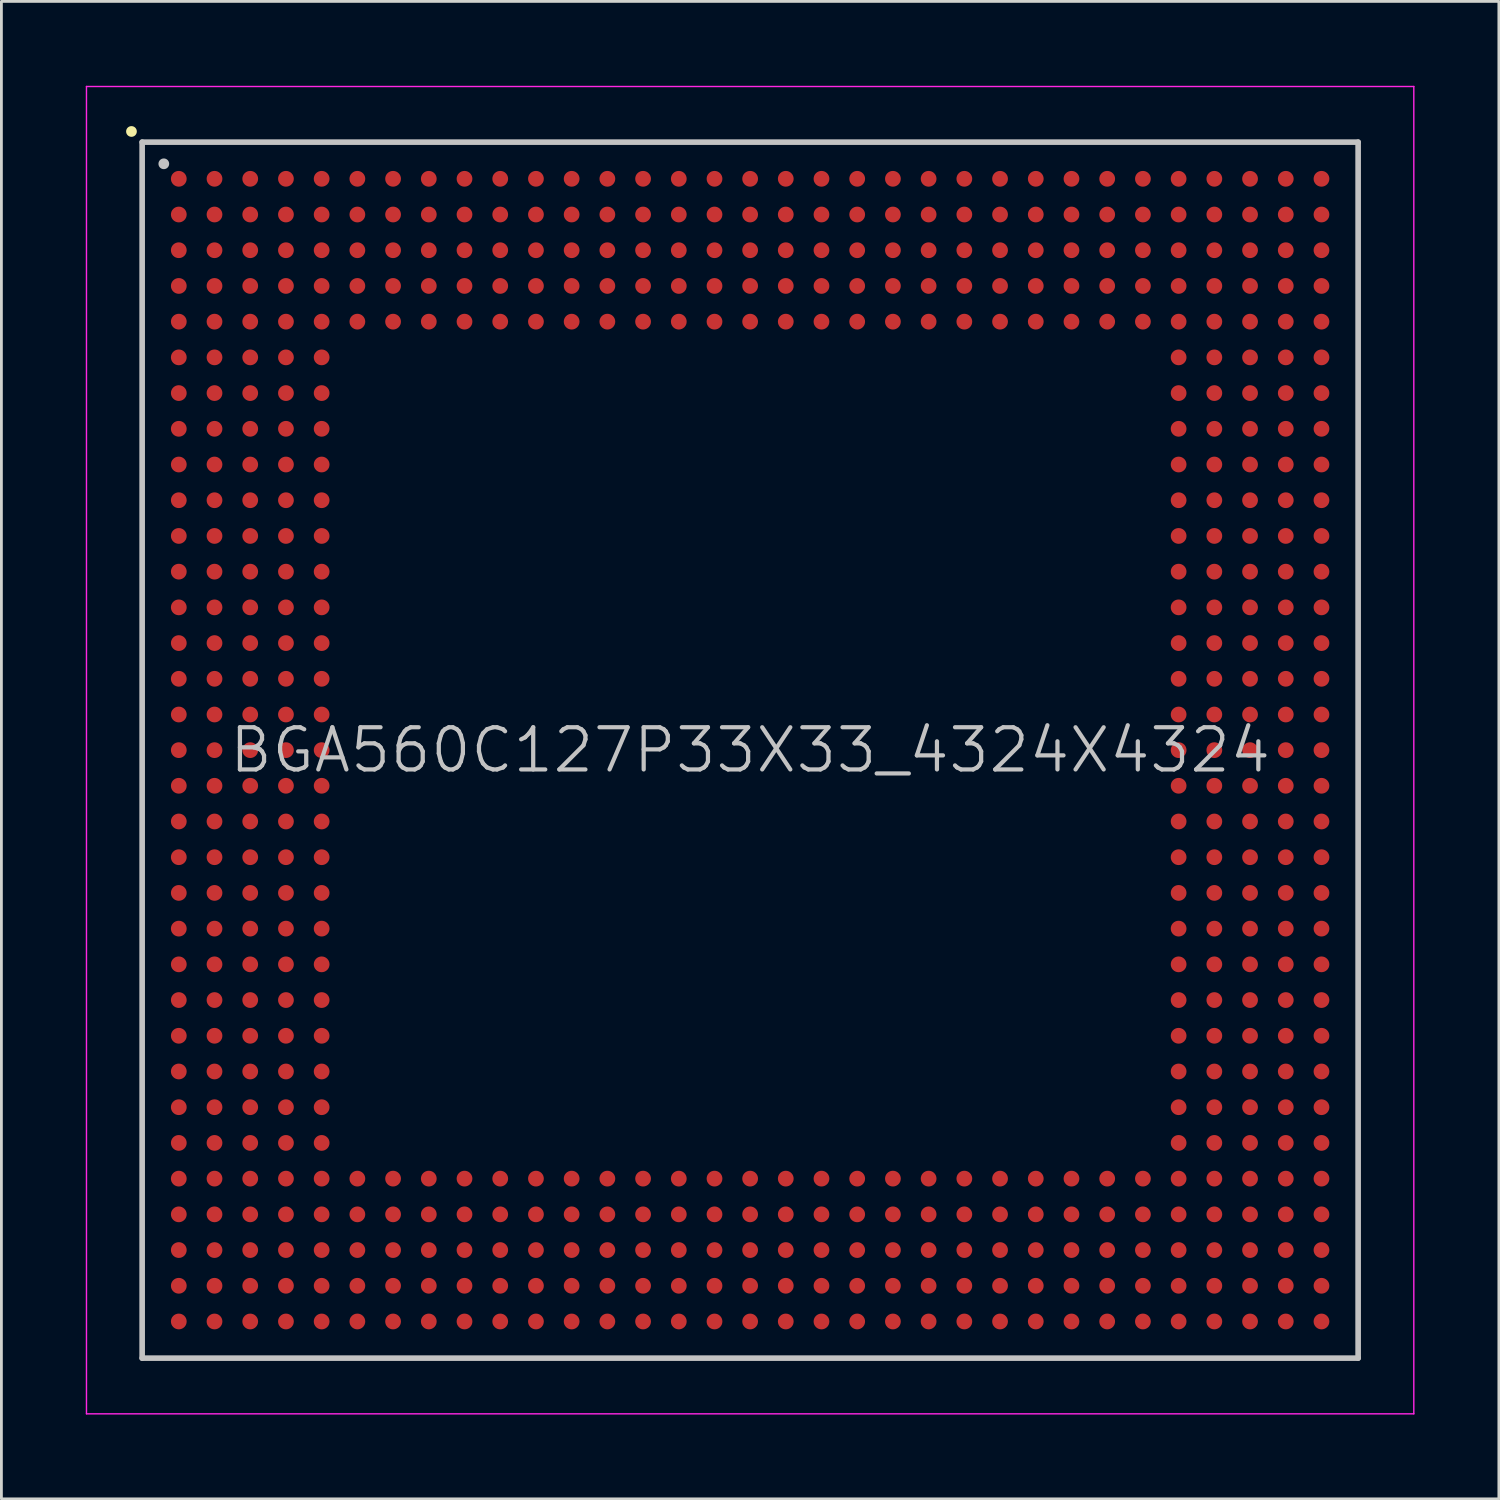
<source format=kicad_pcb>
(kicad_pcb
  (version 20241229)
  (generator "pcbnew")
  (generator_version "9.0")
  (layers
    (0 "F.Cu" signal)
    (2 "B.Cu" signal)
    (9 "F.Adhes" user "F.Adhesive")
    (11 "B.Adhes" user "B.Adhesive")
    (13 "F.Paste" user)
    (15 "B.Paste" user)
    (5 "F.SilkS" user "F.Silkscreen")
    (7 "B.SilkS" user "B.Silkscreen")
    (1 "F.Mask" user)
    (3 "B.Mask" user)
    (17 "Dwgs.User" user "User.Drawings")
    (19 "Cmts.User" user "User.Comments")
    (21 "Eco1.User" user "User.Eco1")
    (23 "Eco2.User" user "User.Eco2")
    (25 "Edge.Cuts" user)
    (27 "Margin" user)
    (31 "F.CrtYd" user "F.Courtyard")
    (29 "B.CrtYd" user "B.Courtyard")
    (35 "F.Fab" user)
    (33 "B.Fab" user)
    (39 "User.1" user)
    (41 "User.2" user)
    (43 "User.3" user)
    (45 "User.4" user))
  (footprint "BGA560C127P33X33_4324X4324"
    (layer "F.Cu")
    (at 23.625 23.625)
    (property "Reference" "BGA560C127P33X33_4324X4324" (at 0 0 0) (layer "Dwgs.User") (effects (font (size 1.5 1.5) (thickness 0.15))))
    (attr smd)
    (fp_line (start -22 -22) (end -22 -22) (stroke (width 0.381) (type solid)) (layer "F.SilkS"))
    (fp_line (start -21.62 -21.62) (end -21.62 21.62) (stroke (width 0.2) (type solid)) (layer "Dwgs.User"))
    (fp_line (start -21.62 -21.62) (end 21.62 -21.62) (stroke (width 0.2) (type solid)) (layer "Dwgs.User"))
    (fp_line (start -21.62 21.62) (end 21.62 21.62) (stroke (width 0.2) (type solid)) (layer "Dwgs.User"))
    (fp_line (start -20.85 -20.85) (end -20.85 -20.85) (stroke (width 0.381) (type solid)) (layer "Dwgs.User"))
    (fp_line (start 21.62 -21.62) (end 21.62 21.62) (stroke (width 0.2) (type solid)) (layer "Dwgs.User"))
    (fp_line (start -23.6 -23.6) (end -23.6 23.6) (stroke (width 0.05) (type solid)) (layer "F.CrtYd"))
    (fp_line (start -23.6 -23.6) (end 23.6 -23.6) (stroke (width 0.05) (type solid)) (layer "F.CrtYd"))
    (fp_line (start -23.6 23.6) (end 23.6 23.6) (stroke (width 0.05) (type solid)) (layer "F.CrtYd"))
    (fp_line (start 23.6 -23.6) (end 23.6 23.6) (stroke (width 0.05) (type solid)) (layer "F.CrtYd"))
    (pad "A1" smd circle (at -20.317 -20.317 270) (size 0.56 0.56) (layers "F.Cu" "F.Mask" "F.Paste"))
    (pad "A2" smd circle (at -19.047 -20.317 270) (size 0.56 0.56) (layers "F.Cu" "F.Mask" "F.Paste"))
    (pad "A3" smd circle (at -17.777 -20.317 270) (size 0.56 0.56) (layers "F.Cu" "F.Mask" "F.Paste"))
    (pad "A4" smd circle (at -16.507 -20.317 270) (size 0.56 0.56) (layers "F.Cu" "F.Mask" "F.Paste"))
    (pad "A5" smd circle (at -15.237 -20.317 270) (size 0.56 0.56) (layers "F.Cu" "F.Mask" "F.Paste"))
    (pad "A6" smd circle (at -13.967 -20.317 270) (size 0.56 0.56) (layers "F.Cu" "F.Mask" "F.Paste"))
    (pad "A7" smd circle (at -12.697 -20.317 270) (size 0.56 0.56) (layers "F.Cu" "F.Mask" "F.Paste"))
    (pad "A8" smd circle (at -11.427 -20.317 270) (size 0.56 0.56) (layers "F.Cu" "F.Mask" "F.Paste"))
    (pad "A9" smd circle (at -10.157 -20.317 270) (size 0.56 0.56) (layers "F.Cu" "F.Mask" "F.Paste"))
    (pad "A10" smd circle (at -8.887 -20.317 270) (size 0.56 0.56) (layers "F.Cu" "F.Mask" "F.Paste"))
    (pad "A11" smd circle (at -7.617 -20.317 270) (size 0.56 0.56) (layers "F.Cu" "F.Mask" "F.Paste"))
    (pad "A12" smd circle (at -6.347 -20.317 270) (size 0.56 0.56) (layers "F.Cu" "F.Mask" "F.Paste"))
    (pad "A13" smd circle (at -5.077 -20.317 270) (size 0.56 0.56) (layers "F.Cu" "F.Mask" "F.Paste"))
    (pad "A14" smd circle (at -3.807 -20.317 270) (size 0.56 0.56) (layers "F.Cu" "F.Mask" "F.Paste"))
    (pad "A15" smd circle (at -2.537 -20.317 270) (size 0.56 0.56) (layers "F.Cu" "F.Mask" "F.Paste"))
    (pad "A16" smd circle (at -1.267 -20.317 270) (size 0.56 0.56) (layers "F.Cu" "F.Mask" "F.Paste"))
    (pad "A17" smd circle (at 0 -20.317 270) (size 0.56 0.56) (layers "F.Cu" "F.Mask" "F.Paste"))
    (pad "A18" smd circle (at 1.267 -20.317 270) (size 0.56 0.56) (layers "F.Cu" "F.Mask" "F.Paste"))
    (pad "A19" smd circle (at 2.537 -20.317 270) (size 0.56 0.56) (layers "F.Cu" "F.Mask" "F.Paste"))
    (pad "A20" smd circle (at 3.807 -20.317 270) (size 0.56 0.56) (layers "F.Cu" "F.Mask" "F.Paste"))
    (pad "A21" smd circle (at 5.077 -20.317 270) (size 0.56 0.56) (layers "F.Cu" "F.Mask" "F.Paste"))
    (pad "A22" smd circle (at 6.347 -20.317 270) (size 0.56 0.56) (layers "F.Cu" "F.Mask" "F.Paste"))
    (pad "A23" smd circle (at 7.617 -20.317 270) (size 0.56 0.56) (layers "F.Cu" "F.Mask" "F.Paste"))
    (pad "A24" smd circle (at 8.887 -20.317 270) (size 0.56 0.56) (layers "F.Cu" "F.Mask" "F.Paste"))
    (pad "A25" smd circle (at 10.157 -20.317 270) (size 0.56 0.56) (layers "F.Cu" "F.Mask" "F.Paste"))
    (pad "A26" smd circle (at 11.427 -20.317 270) (size 0.56 0.56) (layers "F.Cu" "F.Mask" "F.Paste"))
    (pad "A27" smd circle (at 12.697 -20.317 270) (size 0.56 0.56) (layers "F.Cu" "F.Mask" "F.Paste"))
    (pad "A28" smd circle (at 13.967 -20.317 270) (size 0.56 0.56) (layers "F.Cu" "F.Mask" "F.Paste"))
    (pad "A29" smd circle (at 15.237 -20.317 270) (size 0.56 0.56) (layers "F.Cu" "F.Mask" "F.Paste"))
    (pad "A30" smd circle (at 16.507 -20.317 270) (size 0.56 0.56) (layers "F.Cu" "F.Mask" "F.Paste"))
    (pad "A31" smd circle (at 17.777 -20.317 270) (size 0.56 0.56) (layers "F.Cu" "F.Mask" "F.Paste"))
    (pad "A32" smd circle (at 19.047 -20.317 270) (size 0.56 0.56) (layers "F.Cu" "F.Mask" "F.Paste"))
    (pad "A33" smd circle (at 20.317 -20.317 270) (size 0.56 0.56) (layers "F.Cu" "F.Mask" "F.Paste"))
    (pad "AA1" smd circle (at -20.317 5.077 270) (size 0.56 0.56) (layers "F.Cu" "F.Mask" "F.Paste"))
    (pad "AA2" smd circle (at -19.047 5.077 270) (size 0.56 0.56) (layers "F.Cu" "F.Mask" "F.Paste"))
    (pad "AA3" smd circle (at -17.777 5.077 270) (size 0.56 0.56) (layers "F.Cu" "F.Mask" "F.Paste"))
    (pad "AA4" smd circle (at -16.507 5.077 270) (size 0.56 0.56) (layers "F.Cu" "F.Mask" "F.Paste"))
    (pad "AA5" smd circle (at -15.237 5.077 270) (size 0.56 0.56) (layers "F.Cu" "F.Mask" "F.Paste"))
    (pad "AA29" smd circle (at 15.237 5.077 270) (size 0.56 0.56) (layers "F.Cu" "F.Mask" "F.Paste"))
    (pad "AA30" smd circle (at 16.507 5.077 270) (size 0.56 0.56) (layers "F.Cu" "F.Mask" "F.Paste"))
    (pad "AA31" smd circle (at 17.777 5.077 270) (size 0.56 0.56) (layers "F.Cu" "F.Mask" "F.Paste"))
    (pad "AA32" smd circle (at 19.047 5.077 270) (size 0.56 0.56) (layers "F.Cu" "F.Mask" "F.Paste"))
    (pad "AA33" smd circle (at 20.317 5.077 270) (size 0.56 0.56) (layers "F.Cu" "F.Mask" "F.Paste"))
    (pad "AB1" smd circle (at -20.317 6.347 270) (size 0.56 0.56) (layers "F.Cu" "F.Mask" "F.Paste"))
    (pad "AB2" smd circle (at -19.047 6.347 270) (size 0.56 0.56) (layers "F.Cu" "F.Mask" "F.Paste"))
    (pad "AB3" smd circle (at -17.777 6.347 270) (size 0.56 0.56) (layers "F.Cu" "F.Mask" "F.Paste"))
    (pad "AB4" smd circle (at -16.507 6.347 270) (size 0.56 0.56) (layers "F.Cu" "F.Mask" "F.Paste"))
    (pad "AB5" smd circle (at -15.237 6.347 270) (size 0.56 0.56) (layers "F.Cu" "F.Mask" "F.Paste"))
    (pad "AB29" smd circle (at 15.237 6.347 270) (size 0.56 0.56) (layers "F.Cu" "F.Mask" "F.Paste"))
    (pad "AB30" smd circle (at 16.507 6.347 270) (size 0.56 0.56) (layers "F.Cu" "F.Mask" "F.Paste"))
    (pad "AB31" smd circle (at 17.777 6.347 270) (size 0.56 0.56) (layers "F.Cu" "F.Mask" "F.Paste"))
    (pad "AB32" smd circle (at 19.047 6.347 270) (size 0.56 0.56) (layers "F.Cu" "F.Mask" "F.Paste"))
    (pad "AB33" smd circle (at 20.317 6.347 270) (size 0.56 0.56) (layers "F.Cu" "F.Mask" "F.Paste"))
    (pad "AC1" smd circle (at -20.317 7.617 270) (size 0.56 0.56) (layers "F.Cu" "F.Mask" "F.Paste"))
    (pad "AC2" smd circle (at -19.047 7.617 270) (size 0.56 0.56) (layers "F.Cu" "F.Mask" "F.Paste"))
    (pad "AC3" smd circle (at -17.777 7.617 270) (size 0.56 0.56) (layers "F.Cu" "F.Mask" "F.Paste"))
    (pad "AC4" smd circle (at -16.507 7.617 270) (size 0.56 0.56) (layers "F.Cu" "F.Mask" "F.Paste"))
    (pad "AC5" smd circle (at -15.237 7.617 270) (size 0.56 0.56) (layers "F.Cu" "F.Mask" "F.Paste"))
    (pad "AC29" smd circle (at 15.237 7.617 270) (size 0.56 0.56) (layers "F.Cu" "F.Mask" "F.Paste"))
    (pad "AC30" smd circle (at 16.507 7.617 270) (size 0.56 0.56) (layers "F.Cu" "F.Mask" "F.Paste"))
    (pad "AC31" smd circle (at 17.777 7.617 270) (size 0.56 0.56) (layers "F.Cu" "F.Mask" "F.Paste"))
    (pad "AC32" smd circle (at 19.047 7.617 270) (size 0.56 0.56) (layers "F.Cu" "F.Mask" "F.Paste"))
    (pad "AC33" smd circle (at 20.317 7.617 270) (size 0.56 0.56) (layers "F.Cu" "F.Mask" "F.Paste"))
    (pad "AD1" smd circle (at -20.317 8.887 270) (size 0.56 0.56) (layers "F.Cu" "F.Mask" "F.Paste"))
    (pad "AD2" smd circle (at -19.047 8.887 270) (size 0.56 0.56) (layers "F.Cu" "F.Mask" "F.Paste"))
    (pad "AD3" smd circle (at -17.777 8.887 270) (size 0.56 0.56) (layers "F.Cu" "F.Mask" "F.Paste"))
    (pad "AD4" smd circle (at -16.507 8.887 270) (size 0.56 0.56) (layers "F.Cu" "F.Mask" "F.Paste"))
    (pad "AD5" smd circle (at -15.237 8.887 270) (size 0.56 0.56) (layers "F.Cu" "F.Mask" "F.Paste"))
    (pad "AD29" smd circle (at 15.237 8.887 270) (size 0.56 0.56) (layers "F.Cu" "F.Mask" "F.Paste"))
    (pad "AD30" smd circle (at 16.507 8.887 270) (size 0.56 0.56) (layers "F.Cu" "F.Mask" "F.Paste"))
    (pad "AD31" smd circle (at 17.777 8.887 270) (size 0.56 0.56) (layers "F.Cu" "F.Mask" "F.Paste"))
    (pad "AD32" smd circle (at 19.047 8.887 270) (size 0.56 0.56) (layers "F.Cu" "F.Mask" "F.Paste"))
    (pad "AD33" smd circle (at 20.317 8.887 270) (size 0.56 0.56) (layers "F.Cu" "F.Mask" "F.Paste"))
    (pad "AE1" smd circle (at -20.317 10.157 270) (size 0.56 0.56) (layers "F.Cu" "F.Mask" "F.Paste"))
    (pad "AE2" smd circle (at -19.047 10.157 270) (size 0.56 0.56) (layers "F.Cu" "F.Mask" "F.Paste"))
    (pad "AE3" smd circle (at -17.777 10.157 270) (size 0.56 0.56) (layers "F.Cu" "F.Mask" "F.Paste"))
    (pad "AE4" smd circle (at -16.507 10.157 270) (size 0.56 0.56) (layers "F.Cu" "F.Mask" "F.Paste"))
    (pad "AE5" smd circle (at -15.237 10.157 270) (size 0.56 0.56) (layers "F.Cu" "F.Mask" "F.Paste"))
    (pad "AE29" smd circle (at 15.237 10.157 270) (size 0.56 0.56) (layers "F.Cu" "F.Mask" "F.Paste"))
    (pad "AE30" smd circle (at 16.507 10.157 270) (size 0.56 0.56) (layers "F.Cu" "F.Mask" "F.Paste"))
    (pad "AE31" smd circle (at 17.777 10.157 270) (size 0.56 0.56) (layers "F.Cu" "F.Mask" "F.Paste"))
    (pad "AE32" smd circle (at 19.047 10.157 270) (size 0.56 0.56) (layers "F.Cu" "F.Mask" "F.Paste"))
    (pad "AE33" smd circle (at 20.317 10.157 270) (size 0.56 0.56) (layers "F.Cu" "F.Mask" "F.Paste"))
    (pad "AF1" smd circle (at -20.317 11.427 270) (size 0.56 0.56) (layers "F.Cu" "F.Mask" "F.Paste"))
    (pad "AF2" smd circle (at -19.047 11.427 270) (size 0.56 0.56) (layers "F.Cu" "F.Mask" "F.Paste"))
    (pad "AF3" smd circle (at -17.777 11.427 270) (size 0.56 0.56) (layers "F.Cu" "F.Mask" "F.Paste"))
    (pad "AF4" smd circle (at -16.507 11.427 270) (size 0.56 0.56) (layers "F.Cu" "F.Mask" "F.Paste"))
    (pad "AF5" smd circle (at -15.237 11.427 270) (size 0.56 0.56) (layers "F.Cu" "F.Mask" "F.Paste"))
    (pad "AF29" smd circle (at 15.237 11.427 270) (size 0.56 0.56) (layers "F.Cu" "F.Mask" "F.Paste"))
    (pad "AF30" smd circle (at 16.507 11.427 270) (size 0.56 0.56) (layers "F.Cu" "F.Mask" "F.Paste"))
    (pad "AF31" smd circle (at 17.777 11.427 270) (size 0.56 0.56) (layers "F.Cu" "F.Mask" "F.Paste"))
    (pad "AF32" smd circle (at 19.047 11.427 270) (size 0.56 0.56) (layers "F.Cu" "F.Mask" "F.Paste"))
    (pad "AF33" smd circle (at 20.317 11.427 270) (size 0.56 0.56) (layers "F.Cu" "F.Mask" "F.Paste"))
    (pad "AG1" smd circle (at -20.317 12.697 270) (size 0.56 0.56) (layers "F.Cu" "F.Mask" "F.Paste"))
    (pad "AG2" smd circle (at -19.047 12.697 270) (size 0.56 0.56) (layers "F.Cu" "F.Mask" "F.Paste"))
    (pad "AG3" smd circle (at -17.777 12.697 270) (size 0.56 0.56) (layers "F.Cu" "F.Mask" "F.Paste"))
    (pad "AG4" smd circle (at -16.507 12.697 270) (size 0.56 0.56) (layers "F.Cu" "F.Mask" "F.Paste"))
    (pad "AG5" smd circle (at -15.237 12.697 270) (size 0.56 0.56) (layers "F.Cu" "F.Mask" "F.Paste"))
    (pad "AG29" smd circle (at 15.237 12.697 270) (size 0.56 0.56) (layers "F.Cu" "F.Mask" "F.Paste"))
    (pad "AG30" smd circle (at 16.507 12.697 270) (size 0.56 0.56) (layers "F.Cu" "F.Mask" "F.Paste"))
    (pad "AG31" smd circle (at 17.777 12.697 270) (size 0.56 0.56) (layers "F.Cu" "F.Mask" "F.Paste"))
    (pad "AG32" smd circle (at 19.047 12.697 270) (size 0.56 0.56) (layers "F.Cu" "F.Mask" "F.Paste"))
    (pad "AG33" smd circle (at 20.317 12.697 270) (size 0.56 0.56) (layers "F.Cu" "F.Mask" "F.Paste"))
    (pad "AH1" smd circle (at -20.317 13.967 270) (size 0.56 0.56) (layers "F.Cu" "F.Mask" "F.Paste"))
    (pad "AH2" smd circle (at -19.047 13.967 270) (size 0.56 0.56) (layers "F.Cu" "F.Mask" "F.Paste"))
    (pad "AH3" smd circle (at -17.777 13.967 270) (size 0.56 0.56) (layers "F.Cu" "F.Mask" "F.Paste"))
    (pad "AH4" smd circle (at -16.507 13.967 270) (size 0.56 0.56) (layers "F.Cu" "F.Mask" "F.Paste"))
    (pad "AH5" smd circle (at -15.237 13.967 270) (size 0.56 0.56) (layers "F.Cu" "F.Mask" "F.Paste"))
    (pad "AH29" smd circle (at 15.237 13.967 270) (size 0.56 0.56) (layers "F.Cu" "F.Mask" "F.Paste"))
    (pad "AH30" smd circle (at 16.507 13.967 270) (size 0.56 0.56) (layers "F.Cu" "F.Mask" "F.Paste"))
    (pad "AH31" smd circle (at 17.777 13.967 270) (size 0.56 0.56) (layers "F.Cu" "F.Mask" "F.Paste"))
    (pad "AH32" smd circle (at 19.047 13.967 270) (size 0.56 0.56) (layers "F.Cu" "F.Mask" "F.Paste"))
    (pad "AH33" smd circle (at 20.317 13.967 270) (size 0.56 0.56) (layers "F.Cu" "F.Mask" "F.Paste"))
    (pad "AJ1" smd circle (at -20.317 15.237 270) (size 0.56 0.56) (layers "F.Cu" "F.Mask" "F.Paste"))
    (pad "AJ2" smd circle (at -19.047 15.237 270) (size 0.56 0.56) (layers "F.Cu" "F.Mask" "F.Paste"))
    (pad "AJ3" smd circle (at -17.777 15.237 270) (size 0.56 0.56) (layers "F.Cu" "F.Mask" "F.Paste"))
    (pad "AJ4" smd circle (at -16.507 15.237 270) (size 0.56 0.56) (layers "F.Cu" "F.Mask" "F.Paste"))
    (pad "AJ5" smd circle (at -15.237 15.237 270) (size 0.56 0.56) (layers "F.Cu" "F.Mask" "F.Paste"))
    (pad "AJ6" smd circle (at -13.967 15.237 270) (size 0.56 0.56) (layers "F.Cu" "F.Mask" "F.Paste"))
    (pad "AJ7" smd circle (at -12.697 15.237 270) (size 0.56 0.56) (layers "F.Cu" "F.Mask" "F.Paste"))
    (pad "AJ8" smd circle (at -11.427 15.237 270) (size 0.56 0.56) (layers "F.Cu" "F.Mask" "F.Paste"))
    (pad "AJ9" smd circle (at -10.157 15.237 270) (size 0.56 0.56) (layers "F.Cu" "F.Mask" "F.Paste"))
    (pad "AJ10" smd circle (at -8.887 15.237 270) (size 0.56 0.56) (layers "F.Cu" "F.Mask" "F.Paste"))
    (pad "AJ11" smd circle (at -7.617 15.237 270) (size 0.56 0.56) (layers "F.Cu" "F.Mask" "F.Paste"))
    (pad "AJ12" smd circle (at -6.347 15.237 270) (size 0.56 0.56) (layers "F.Cu" "F.Mask" "F.Paste"))
    (pad "AJ13" smd circle (at -5.077 15.237 270) (size 0.56 0.56) (layers "F.Cu" "F.Mask" "F.Paste"))
    (pad "AJ14" smd circle (at -3.807 15.237 270) (size 0.56 0.56) (layers "F.Cu" "F.Mask" "F.Paste"))
    (pad "AJ15" smd circle (at -2.537 15.237 270) (size 0.56 0.56) (layers "F.Cu" "F.Mask" "F.Paste"))
    (pad "AJ16" smd circle (at -1.267 15.237 270) (size 0.56 0.56) (layers "F.Cu" "F.Mask" "F.Paste"))
    (pad "AJ17" smd circle (at 0 15.237 270) (size 0.56 0.56) (layers "F.Cu" "F.Mask" "F.Paste"))
    (pad "AJ18" smd circle (at 1.267 15.237 270) (size 0.56 0.56) (layers "F.Cu" "F.Mask" "F.Paste"))
    (pad "AJ19" smd circle (at 2.537 15.237 270) (size 0.56 0.56) (layers "F.Cu" "F.Mask" "F.Paste"))
    (pad "AJ20" smd circle (at 3.807 15.237 270) (size 0.56 0.56) (layers "F.Cu" "F.Mask" "F.Paste"))
    (pad "AJ21" smd circle (at 5.077 15.237 270) (size 0.56 0.56) (layers "F.Cu" "F.Mask" "F.Paste"))
    (pad "AJ22" smd circle (at 6.347 15.237 270) (size 0.56 0.56) (layers "F.Cu" "F.Mask" "F.Paste"))
    (pad "AJ23" smd circle (at 7.617 15.237 270) (size 0.56 0.56) (layers "F.Cu" "F.Mask" "F.Paste"))
    (pad "AJ24" smd circle (at 8.887 15.237 270) (size 0.56 0.56) (layers "F.Cu" "F.Mask" "F.Paste"))
    (pad "AJ25" smd circle (at 10.157 15.237 270) (size 0.56 0.56) (layers "F.Cu" "F.Mask" "F.Paste"))
    (pad "AJ26" smd circle (at 11.427 15.237 270) (size 0.56 0.56) (layers "F.Cu" "F.Mask" "F.Paste"))
    (pad "AJ27" smd circle (at 12.697 15.237 270) (size 0.56 0.56) (layers "F.Cu" "F.Mask" "F.Paste"))
    (pad "AJ28" smd circle (at 13.967 15.237 270) (size 0.56 0.56) (layers "F.Cu" "F.Mask" "F.Paste"))
    (pad "AJ29" smd circle (at 15.237 15.237 270) (size 0.56 0.56) (layers "F.Cu" "F.Mask" "F.Paste"))
    (pad "AJ30" smd circle (at 16.507 15.237 270) (size 0.56 0.56) (layers "F.Cu" "F.Mask" "F.Paste"))
    (pad "AJ31" smd circle (at 17.777 15.237 270) (size 0.56 0.56) (layers "F.Cu" "F.Mask" "F.Paste"))
    (pad "AJ32" smd circle (at 19.047 15.237 270) (size 0.56 0.56) (layers "F.Cu" "F.Mask" "F.Paste"))
    (pad "AJ33" smd circle (at 20.317 15.237 270) (size 0.56 0.56) (layers "F.Cu" "F.Mask" "F.Paste"))
    (pad "AK1" smd circle (at -20.317 16.507 270) (size 0.56 0.56) (layers "F.Cu" "F.Mask" "F.Paste"))
    (pad "AK2" smd circle (at -19.047 16.507 270) (size 0.56 0.56) (layers "F.Cu" "F.Mask" "F.Paste"))
    (pad "AK3" smd circle (at -17.777 16.507 270) (size 0.56 0.56) (layers "F.Cu" "F.Mask" "F.Paste"))
    (pad "AK4" smd circle (at -16.507 16.507 270) (size 0.56 0.56) (layers "F.Cu" "F.Mask" "F.Paste"))
    (pad "AK5" smd circle (at -15.237 16.507 270) (size 0.56 0.56) (layers "F.Cu" "F.Mask" "F.Paste"))
    (pad "AK6" smd circle (at -13.967 16.507 270) (size 0.56 0.56) (layers "F.Cu" "F.Mask" "F.Paste"))
    (pad "AK7" smd circle (at -12.697 16.507 270) (size 0.56 0.56) (layers "F.Cu" "F.Mask" "F.Paste"))
    (pad "AK8" smd circle (at -11.427 16.507 270) (size 0.56 0.56) (layers "F.Cu" "F.Mask" "F.Paste"))
    (pad "AK9" smd circle (at -10.157 16.507 270) (size 0.56 0.56) (layers "F.Cu" "F.Mask" "F.Paste"))
    (pad "AK10" smd circle (at -8.887 16.507 270) (size 0.56 0.56) (layers "F.Cu" "F.Mask" "F.Paste"))
    (pad "AK11" smd circle (at -7.617 16.507 270) (size 0.56 0.56) (layers "F.Cu" "F.Mask" "F.Paste"))
    (pad "AK12" smd circle (at -6.347 16.507 270) (size 0.56 0.56) (layers "F.Cu" "F.Mask" "F.Paste"))
    (pad "AK13" smd circle (at -5.077 16.507 270) (size 0.56 0.56) (layers "F.Cu" "F.Mask" "F.Paste"))
    (pad "AK14" smd circle (at -3.807 16.507 270) (size 0.56 0.56) (layers "F.Cu" "F.Mask" "F.Paste"))
    (pad "AK15" smd circle (at -2.537 16.507 270) (size 0.56 0.56) (layers "F.Cu" "F.Mask" "F.Paste"))
    (pad "AK16" smd circle (at -1.267 16.507 270) (size 0.56 0.56) (layers "F.Cu" "F.Mask" "F.Paste"))
    (pad "AK17" smd circle (at 0 16.507 270) (size 0.56 0.56) (layers "F.Cu" "F.Mask" "F.Paste"))
    (pad "AK18" smd circle (at 1.267 16.507 270) (size 0.56 0.56) (layers "F.Cu" "F.Mask" "F.Paste"))
    (pad "AK19" smd circle (at 2.537 16.507 270) (size 0.56 0.56) (layers "F.Cu" "F.Mask" "F.Paste"))
    (pad "AK20" smd circle (at 3.807 16.507 270) (size 0.56 0.56) (layers "F.Cu" "F.Mask" "F.Paste"))
    (pad "AK21" smd circle (at 5.077 16.507 270) (size 0.56 0.56) (layers "F.Cu" "F.Mask" "F.Paste"))
    (pad "AK22" smd circle (at 6.347 16.507 270) (size 0.56 0.56) (layers "F.Cu" "F.Mask" "F.Paste"))
    (pad "AK23" smd circle (at 7.617 16.507 270) (size 0.56 0.56) (layers "F.Cu" "F.Mask" "F.Paste"))
    (pad "AK24" smd circle (at 8.887 16.507 270) (size 0.56 0.56) (layers "F.Cu" "F.Mask" "F.Paste"))
    (pad "AK25" smd circle (at 10.157 16.507 270) (size 0.56 0.56) (layers "F.Cu" "F.Mask" "F.Paste"))
    (pad "AK26" smd circle (at 11.427 16.507 270) (size 0.56 0.56) (layers "F.Cu" "F.Mask" "F.Paste"))
    (pad "AK27" smd circle (at 12.697 16.507 270) (size 0.56 0.56) (layers "F.Cu" "F.Mask" "F.Paste"))
    (pad "AK28" smd circle (at 13.967 16.507 270) (size 0.56 0.56) (layers "F.Cu" "F.Mask" "F.Paste"))
    (pad "AK29" smd circle (at 15.237 16.507 270) (size 0.56 0.56) (layers "F.Cu" "F.Mask" "F.Paste"))
    (pad "AK30" smd circle (at 16.507 16.507 270) (size 0.56 0.56) (layers "F.Cu" "F.Mask" "F.Paste"))
    (pad "AK31" smd circle (at 17.777 16.507 270) (size 0.56 0.56) (layers "F.Cu" "F.Mask" "F.Paste"))
    (pad "AK32" smd circle (at 19.047 16.507 270) (size 0.56 0.56) (layers "F.Cu" "F.Mask" "F.Paste"))
    (pad "AK33" smd circle (at 20.317 16.507 270) (size 0.56 0.56) (layers "F.Cu" "F.Mask" "F.Paste"))
    (pad "AL1" smd circle (at -20.317 17.777 270) (size 0.56 0.56) (layers "F.Cu" "F.Mask" "F.Paste"))
    (pad "AL2" smd circle (at -19.047 17.777 270) (size 0.56 0.56) (layers "F.Cu" "F.Mask" "F.Paste"))
    (pad "AL3" smd circle (at -17.777 17.777 270) (size 0.56 0.56) (layers "F.Cu" "F.Mask" "F.Paste"))
    (pad "AL4" smd circle (at -16.507 17.777 270) (size 0.56 0.56) (layers "F.Cu" "F.Mask" "F.Paste"))
    (pad "AL5" smd circle (at -15.237 17.777 270) (size 0.56 0.56) (layers "F.Cu" "F.Mask" "F.Paste"))
    (pad "AL6" smd circle (at -13.967 17.777 270) (size 0.56 0.56) (layers "F.Cu" "F.Mask" "F.Paste"))
    (pad "AL7" smd circle (at -12.697 17.777 270) (size 0.56 0.56) (layers "F.Cu" "F.Mask" "F.Paste"))
    (pad "AL8" smd circle (at -11.427 17.777 270) (size 0.56 0.56) (layers "F.Cu" "F.Mask" "F.Paste"))
    (pad "AL9" smd circle (at -10.157 17.777 270) (size 0.56 0.56) (layers "F.Cu" "F.Mask" "F.Paste"))
    (pad "AL10" smd circle (at -8.887 17.777 270) (size 0.56 0.56) (layers "F.Cu" "F.Mask" "F.Paste"))
    (pad "AL11" smd circle (at -7.617 17.777 270) (size 0.56 0.56) (layers "F.Cu" "F.Mask" "F.Paste"))
    (pad "AL12" smd circle (at -6.347 17.777 270) (size 0.56 0.56) (layers "F.Cu" "F.Mask" "F.Paste"))
    (pad "AL13" smd circle (at -5.077 17.777 270) (size 0.56 0.56) (layers "F.Cu" "F.Mask" "F.Paste"))
    (pad "AL14" smd circle (at -3.807 17.777 270) (size 0.56 0.56) (layers "F.Cu" "F.Mask" "F.Paste"))
    (pad "AL15" smd circle (at -2.537 17.777 270) (size 0.56 0.56) (layers "F.Cu" "F.Mask" "F.Paste"))
    (pad "AL16" smd circle (at -1.267 17.777 270) (size 0.56 0.56) (layers "F.Cu" "F.Mask" "F.Paste"))
    (pad "AL17" smd circle (at 0 17.777 270) (size 0.56 0.56) (layers "F.Cu" "F.Mask" "F.Paste"))
    (pad "AL18" smd circle (at 1.267 17.777 270) (size 0.56 0.56) (layers "F.Cu" "F.Mask" "F.Paste"))
    (pad "AL19" smd circle (at 2.537 17.777 270) (size 0.56 0.56) (layers "F.Cu" "F.Mask" "F.Paste"))
    (pad "AL20" smd circle (at 3.807 17.777 270) (size 0.56 0.56) (layers "F.Cu" "F.Mask" "F.Paste"))
    (pad "AL21" smd circle (at 5.077 17.777 270) (size 0.56 0.56) (layers "F.Cu" "F.Mask" "F.Paste"))
    (pad "AL22" smd circle (at 6.347 17.777 270) (size 0.56 0.56) (layers "F.Cu" "F.Mask" "F.Paste"))
    (pad "AL23" smd circle (at 7.617 17.777 270) (size 0.56 0.56) (layers "F.Cu" "F.Mask" "F.Paste"))
    (pad "AL24" smd circle (at 8.887 17.777 270) (size 0.56 0.56) (layers "F.Cu" "F.Mask" "F.Paste"))
    (pad "AL25" smd circle (at 10.157 17.777 270) (size 0.56 0.56) (layers "F.Cu" "F.Mask" "F.Paste"))
    (pad "AL26" smd circle (at 11.427 17.777 270) (size 0.56 0.56) (layers "F.Cu" "F.Mask" "F.Paste"))
    (pad "AL27" smd circle (at 12.697 17.777 270) (size 0.56 0.56) (layers "F.Cu" "F.Mask" "F.Paste"))
    (pad "AL28" smd circle (at 13.967 17.777 270) (size 0.56 0.56) (layers "F.Cu" "F.Mask" "F.Paste"))
    (pad "AL29" smd circle (at 15.237 17.777 270) (size 0.56 0.56) (layers "F.Cu" "F.Mask" "F.Paste"))
    (pad "AL30" smd circle (at 16.507 17.777 270) (size 0.56 0.56) (layers "F.Cu" "F.Mask" "F.Paste"))
    (pad "AL31" smd circle (at 17.777 17.777 270) (size 0.56 0.56) (layers "F.Cu" "F.Mask" "F.Paste"))
    (pad "AL32" smd circle (at 19.047 17.777 270) (size 0.56 0.56) (layers "F.Cu" "F.Mask" "F.Paste"))
    (pad "AL33" smd circle (at 20.317 17.777 270) (size 0.56 0.56) (layers "F.Cu" "F.Mask" "F.Paste"))
    (pad "AM1" smd circle (at -20.317 19.047 270) (size 0.56 0.56) (layers "F.Cu" "F.Mask" "F.Paste"))
    (pad "AM2" smd circle (at -19.047 19.047 270) (size 0.56 0.56) (layers "F.Cu" "F.Mask" "F.Paste"))
    (pad "AM3" smd circle (at -17.777 19.047 270) (size 0.56 0.56) (layers "F.Cu" "F.Mask" "F.Paste"))
    (pad "AM4" smd circle (at -16.507 19.047 270) (size 0.56 0.56) (layers "F.Cu" "F.Mask" "F.Paste"))
    (pad "AM5" smd circle (at -15.237 19.047 270) (size 0.56 0.56) (layers "F.Cu" "F.Mask" "F.Paste"))
    (pad "AM6" smd circle (at -13.967 19.047 270) (size 0.56 0.56) (layers "F.Cu" "F.Mask" "F.Paste"))
    (pad "AM7" smd circle (at -12.697 19.047 270) (size 0.56 0.56) (layers "F.Cu" "F.Mask" "F.Paste"))
    (pad "AM8" smd circle (at -11.427 19.047 270) (size 0.56 0.56) (layers "F.Cu" "F.Mask" "F.Paste"))
    (pad "AM9" smd circle (at -10.157 19.047 270) (size 0.56 0.56) (layers "F.Cu" "F.Mask" "F.Paste"))
    (pad "AM10" smd circle (at -8.887 19.047 270) (size 0.56 0.56) (layers "F.Cu" "F.Mask" "F.Paste"))
    (pad "AM11" smd circle (at -7.617 19.047 270) (size 0.56 0.56) (layers "F.Cu" "F.Mask" "F.Paste"))
    (pad "AM12" smd circle (at -6.347 19.047 270) (size 0.56 0.56) (layers "F.Cu" "F.Mask" "F.Paste"))
    (pad "AM13" smd circle (at -5.077 19.047 270) (size 0.56 0.56) (layers "F.Cu" "F.Mask" "F.Paste"))
    (pad "AM14" smd circle (at -3.807 19.047 270) (size 0.56 0.56) (layers "F.Cu" "F.Mask" "F.Paste"))
    (pad "AM15" smd circle (at -2.537 19.047 270) (size 0.56 0.56) (layers "F.Cu" "F.Mask" "F.Paste"))
    (pad "AM16" smd circle (at -1.267 19.047 270) (size 0.56 0.56) (layers "F.Cu" "F.Mask" "F.Paste"))
    (pad "AM17" smd circle (at 0 19.047 270) (size 0.56 0.56) (layers "F.Cu" "F.Mask" "F.Paste"))
    (pad "AM18" smd circle (at 1.267 19.047 270) (size 0.56 0.56) (layers "F.Cu" "F.Mask" "F.Paste"))
    (pad "AM19" smd circle (at 2.537 19.047 270) (size 0.56 0.56) (layers "F.Cu" "F.Mask" "F.Paste"))
    (pad "AM20" smd circle (at 3.807 19.047 270) (size 0.56 0.56) (layers "F.Cu" "F.Mask" "F.Paste"))
    (pad "AM21" smd circle (at 5.077 19.047 270) (size 0.56 0.56) (layers "F.Cu" "F.Mask" "F.Paste"))
    (pad "AM22" smd circle (at 6.347 19.047 270) (size 0.56 0.56) (layers "F.Cu" "F.Mask" "F.Paste"))
    (pad "AM23" smd circle (at 7.617 19.047 270) (size 0.56 0.56) (layers "F.Cu" "F.Mask" "F.Paste"))
    (pad "AM24" smd circle (at 8.887 19.047 270) (size 0.56 0.56) (layers "F.Cu" "F.Mask" "F.Paste"))
    (pad "AM25" smd circle (at 10.157 19.047 270) (size 0.56 0.56) (layers "F.Cu" "F.Mask" "F.Paste"))
    (pad "AM26" smd circle (at 11.427 19.047 270) (size 0.56 0.56) (layers "F.Cu" "F.Mask" "F.Paste"))
    (pad "AM27" smd circle (at 12.697 19.047 270) (size 0.56 0.56) (layers "F.Cu" "F.Mask" "F.Paste"))
    (pad "AM28" smd circle (at 13.967 19.047 270) (size 0.56 0.56) (layers "F.Cu" "F.Mask" "F.Paste"))
    (pad "AM29" smd circle (at 15.237 19.047 270) (size 0.56 0.56) (layers "F.Cu" "F.Mask" "F.Paste"))
    (pad "AM30" smd circle (at 16.507 19.047 270) (size 0.56 0.56) (layers "F.Cu" "F.Mask" "F.Paste"))
    (pad "AM31" smd circle (at 17.777 19.047 270) (size 0.56 0.56) (layers "F.Cu" "F.Mask" "F.Paste"))
    (pad "AM32" smd circle (at 19.047 19.047 270) (size 0.56 0.56) (layers "F.Cu" "F.Mask" "F.Paste"))
    (pad "AM33" smd circle (at 20.317 19.047 270) (size 0.56 0.56) (layers "F.Cu" "F.Mask" "F.Paste"))
    (pad "AN1" smd circle (at -20.317 20.317 270) (size 0.56 0.56) (layers "F.Cu" "F.Mask" "F.Paste"))
    (pad "AN2" smd circle (at -19.047 20.317 270) (size 0.56 0.56) (layers "F.Cu" "F.Mask" "F.Paste"))
    (pad "AN3" smd circle (at -17.777 20.317 270) (size 0.56 0.56) (layers "F.Cu" "F.Mask" "F.Paste"))
    (pad "AN4" smd circle (at -16.507 20.317 270) (size 0.56 0.56) (layers "F.Cu" "F.Mask" "F.Paste"))
    (pad "AN5" smd circle (at -15.237 20.317 270) (size 0.56 0.56) (layers "F.Cu" "F.Mask" "F.Paste"))
    (pad "AN6" smd circle (at -13.967 20.317 270) (size 0.56 0.56) (layers "F.Cu" "F.Mask" "F.Paste"))
    (pad "AN7" smd circle (at -12.697 20.317 270) (size 0.56 0.56) (layers "F.Cu" "F.Mask" "F.Paste"))
    (pad "AN8" smd circle (at -11.427 20.317 270) (size 0.56 0.56) (layers "F.Cu" "F.Mask" "F.Paste"))
    (pad "AN9" smd circle (at -10.157 20.317 270) (size 0.56 0.56) (layers "F.Cu" "F.Mask" "F.Paste"))
    (pad "AN10" smd circle (at -8.887 20.317 270) (size 0.56 0.56) (layers "F.Cu" "F.Mask" "F.Paste"))
    (pad "AN11" smd circle (at -7.617 20.317 270) (size 0.56 0.56) (layers "F.Cu" "F.Mask" "F.Paste"))
    (pad "AN12" smd circle (at -6.347 20.317 270) (size 0.56 0.56) (layers "F.Cu" "F.Mask" "F.Paste"))
    (pad "AN13" smd circle (at -5.077 20.317 270) (size 0.56 0.56) (layers "F.Cu" "F.Mask" "F.Paste"))
    (pad "AN14" smd circle (at -3.807 20.317 270) (size 0.56 0.56) (layers "F.Cu" "F.Mask" "F.Paste"))
    (pad "AN15" smd circle (at -2.537 20.317 270) (size 0.56 0.56) (layers "F.Cu" "F.Mask" "F.Paste"))
    (pad "AN16" smd circle (at -1.267 20.317 270) (size 0.56 0.56) (layers "F.Cu" "F.Mask" "F.Paste"))
    (pad "AN17" smd circle (at 0 20.317 270) (size 0.56 0.56) (layers "F.Cu" "F.Mask" "F.Paste"))
    (pad "AN18" smd circle (at 1.267 20.317 270) (size 0.56 0.56) (layers "F.Cu" "F.Mask" "F.Paste"))
    (pad "AN19" smd circle (at 2.537 20.317 270) (size 0.56 0.56) (layers "F.Cu" "F.Mask" "F.Paste"))
    (pad "AN20" smd circle (at 3.807 20.317 270) (size 0.56 0.56) (layers "F.Cu" "F.Mask" "F.Paste"))
    (pad "AN21" smd circle (at 5.077 20.317 270) (size 0.56 0.56) (layers "F.Cu" "F.Mask" "F.Paste"))
    (pad "AN22" smd circle (at 6.347 20.317 270) (size 0.56 0.56) (layers "F.Cu" "F.Mask" "F.Paste"))
    (pad "AN23" smd circle (at 7.617 20.317 270) (size 0.56 0.56) (layers "F.Cu" "F.Mask" "F.Paste"))
    (pad "AN24" smd circle (at 8.887 20.317 270) (size 0.56 0.56) (layers "F.Cu" "F.Mask" "F.Paste"))
    (pad "AN25" smd circle (at 10.157 20.317 270) (size 0.56 0.56) (layers "F.Cu" "F.Mask" "F.Paste"))
    (pad "AN26" smd circle (at 11.427 20.317 270) (size 0.56 0.56) (layers "F.Cu" "F.Mask" "F.Paste"))
    (pad "AN27" smd circle (at 12.697 20.317 270) (size 0.56 0.56) (layers "F.Cu" "F.Mask" "F.Paste"))
    (pad "AN28" smd circle (at 13.967 20.317 270) (size 0.56 0.56) (layers "F.Cu" "F.Mask" "F.Paste"))
    (pad "AN29" smd circle (at 15.237 20.317 270) (size 0.56 0.56) (layers "F.Cu" "F.Mask" "F.Paste"))
    (pad "AN30" smd circle (at 16.507 20.317 270) (size 0.56 0.56) (layers "F.Cu" "F.Mask" "F.Paste"))
    (pad "AN31" smd circle (at 17.777 20.317 270) (size 0.56 0.56) (layers "F.Cu" "F.Mask" "F.Paste"))
    (pad "AN32" smd circle (at 19.047 20.317 270) (size 0.56 0.56) (layers "F.Cu" "F.Mask" "F.Paste"))
    (pad "AN33" smd circle (at 20.317 20.317 270) (size 0.56 0.56) (layers "F.Cu" "F.Mask" "F.Paste"))
    (pad "B1" smd circle (at -20.317 -19.047 270) (size 0.56 0.56) (layers "F.Cu" "F.Mask" "F.Paste"))
    (pad "B2" smd circle (at -19.047 -19.047 270) (size 0.56 0.56) (layers "F.Cu" "F.Mask" "F.Paste"))
    (pad "B3" smd circle (at -17.777 -19.047 270) (size 0.56 0.56) (layers "F.Cu" "F.Mask" "F.Paste"))
    (pad "B4" smd circle (at -16.507 -19.047 270) (size 0.56 0.56) (layers "F.Cu" "F.Mask" "F.Paste"))
    (pad "B5" smd circle (at -15.237 -19.047 270) (size 0.56 0.56) (layers "F.Cu" "F.Mask" "F.Paste"))
    (pad "B6" smd circle (at -13.967 -19.047 270) (size 0.56 0.56) (layers "F.Cu" "F.Mask" "F.Paste"))
    (pad "B7" smd circle (at -12.697 -19.047 270) (size 0.56 0.56) (layers "F.Cu" "F.Mask" "F.Paste"))
    (pad "B8" smd circle (at -11.427 -19.047 270) (size 0.56 0.56) (layers "F.Cu" "F.Mask" "F.Paste"))
    (pad "B9" smd circle (at -10.157 -19.047 270) (size 0.56 0.56) (layers "F.Cu" "F.Mask" "F.Paste"))
    (pad "B10" smd circle (at -8.887 -19.047 270) (size 0.56 0.56) (layers "F.Cu" "F.Mask" "F.Paste"))
    (pad "B11" smd circle (at -7.617 -19.047 270) (size 0.56 0.56) (layers "F.Cu" "F.Mask" "F.Paste"))
    (pad "B12" smd circle (at -6.347 -19.047 270) (size 0.56 0.56) (layers "F.Cu" "F.Mask" "F.Paste"))
    (pad "B13" smd circle (at -5.077 -19.047 270) (size 0.56 0.56) (layers "F.Cu" "F.Mask" "F.Paste"))
    (pad "B14" smd circle (at -3.807 -19.047 270) (size 0.56 0.56) (layers "F.Cu" "F.Mask" "F.Paste"))
    (pad "B15" smd circle (at -2.537 -19.047 270) (size 0.56 0.56) (layers "F.Cu" "F.Mask" "F.Paste"))
    (pad "B16" smd circle (at -1.267 -19.047 270) (size 0.56 0.56) (layers "F.Cu" "F.Mask" "F.Paste"))
    (pad "B17" smd circle (at 0 -19.047 270) (size 0.56 0.56) (layers "F.Cu" "F.Mask" "F.Paste"))
    (pad "B18" smd circle (at 1.267 -19.047 270) (size 0.56 0.56) (layers "F.Cu" "F.Mask" "F.Paste"))
    (pad "B19" smd circle (at 2.537 -19.047 270) (size 0.56 0.56) (layers "F.Cu" "F.Mask" "F.Paste"))
    (pad "B20" smd circle (at 3.807 -19.047 270) (size 0.56 0.56) (layers "F.Cu" "F.Mask" "F.Paste"))
    (pad "B21" smd circle (at 5.077 -19.047 270) (size 0.56 0.56) (layers "F.Cu" "F.Mask" "F.Paste"))
    (pad "B22" smd circle (at 6.347 -19.047 270) (size 0.56 0.56) (layers "F.Cu" "F.Mask" "F.Paste"))
    (pad "B23" smd circle (at 7.617 -19.047 270) (size 0.56 0.56) (layers "F.Cu" "F.Mask" "F.Paste"))
    (pad "B24" smd circle (at 8.887 -19.047 270) (size 0.56 0.56) (layers "F.Cu" "F.Mask" "F.Paste"))
    (pad "B25" smd circle (at 10.157 -19.047 270) (size 0.56 0.56) (layers "F.Cu" "F.Mask" "F.Paste"))
    (pad "B26" smd circle (at 11.427 -19.047 270) (size 0.56 0.56) (layers "F.Cu" "F.Mask" "F.Paste"))
    (pad "B27" smd circle (at 12.697 -19.047 270) (size 0.56 0.56) (layers "F.Cu" "F.Mask" "F.Paste"))
    (pad "B28" smd circle (at 13.967 -19.047 270) (size 0.56 0.56) (layers "F.Cu" "F.Mask" "F.Paste"))
    (pad "B29" smd circle (at 15.237 -19.047 270) (size 0.56 0.56) (layers "F.Cu" "F.Mask" "F.Paste"))
    (pad "B30" smd circle (at 16.507 -19.047 270) (size 0.56 0.56) (layers "F.Cu" "F.Mask" "F.Paste"))
    (pad "B31" smd circle (at 17.777 -19.047 270) (size 0.56 0.56) (layers "F.Cu" "F.Mask" "F.Paste"))
    (pad "B32" smd circle (at 19.047 -19.047 270) (size 0.56 0.56) (layers "F.Cu" "F.Mask" "F.Paste"))
    (pad "B33" smd circle (at 20.317 -19.047 270) (size 0.56 0.56) (layers "F.Cu" "F.Mask" "F.Paste"))
    (pad "C1" smd circle (at -20.317 -17.777 270) (size 0.56 0.56) (layers "F.Cu" "F.Mask" "F.Paste"))
    (pad "C2" smd circle (at -19.047 -17.777 270) (size 0.56 0.56) (layers "F.Cu" "F.Mask" "F.Paste"))
    (pad "C3" smd circle (at -17.777 -17.777 270) (size 0.56 0.56) (layers "F.Cu" "F.Mask" "F.Paste"))
    (pad "C4" smd circle (at -16.507 -17.777 270) (size 0.56 0.56) (layers "F.Cu" "F.Mask" "F.Paste"))
    (pad "C5" smd circle (at -15.237 -17.777 270) (size 0.56 0.56) (layers "F.Cu" "F.Mask" "F.Paste"))
    (pad "C6" smd circle (at -13.967 -17.777 270) (size 0.56 0.56) (layers "F.Cu" "F.Mask" "F.Paste"))
    (pad "C7" smd circle (at -12.697 -17.777 270) (size 0.56 0.56) (layers "F.Cu" "F.Mask" "F.Paste"))
    (pad "C8" smd circle (at -11.427 -17.777 270) (size 0.56 0.56) (layers "F.Cu" "F.Mask" "F.Paste"))
    (pad "C9" smd circle (at -10.157 -17.777 270) (size 0.56 0.56) (layers "F.Cu" "F.Mask" "F.Paste"))
    (pad "C10" smd circle (at -8.887 -17.777 270) (size 0.56 0.56) (layers "F.Cu" "F.Mask" "F.Paste"))
    (pad "C11" smd circle (at -7.617 -17.777 270) (size 0.56 0.56) (layers "F.Cu" "F.Mask" "F.Paste"))
    (pad "C12" smd circle (at -6.347 -17.777 270) (size 0.56 0.56) (layers "F.Cu" "F.Mask" "F.Paste"))
    (pad "C13" smd circle (at -5.077 -17.777 270) (size 0.56 0.56) (layers "F.Cu" "F.Mask" "F.Paste"))
    (pad "C14" smd circle (at -3.807 -17.777 270) (size 0.56 0.56) (layers "F.Cu" "F.Mask" "F.Paste"))
    (pad "C15" smd circle (at -2.537 -17.777 270) (size 0.56 0.56) (layers "F.Cu" "F.Mask" "F.Paste"))
    (pad "C16" smd circle (at -1.267 -17.777 270) (size 0.56 0.56) (layers "F.Cu" "F.Mask" "F.Paste"))
    (pad "C17" smd circle (at 0 -17.777 270) (size 0.56 0.56) (layers "F.Cu" "F.Mask" "F.Paste"))
    (pad "C18" smd circle (at 1.267 -17.777 270) (size 0.56 0.56) (layers "F.Cu" "F.Mask" "F.Paste"))
    (pad "C19" smd circle (at 2.537 -17.777 270) (size 0.56 0.56) (layers "F.Cu" "F.Mask" "F.Paste"))
    (pad "C20" smd circle (at 3.807 -17.777 270) (size 0.56 0.56) (layers "F.Cu" "F.Mask" "F.Paste"))
    (pad "C21" smd circle (at 5.077 -17.777 270) (size 0.56 0.56) (layers "F.Cu" "F.Mask" "F.Paste"))
    (pad "C22" smd circle (at 6.347 -17.777 270) (size 0.56 0.56) (layers "F.Cu" "F.Mask" "F.Paste"))
    (pad "C23" smd circle (at 7.617 -17.777 270) (size 0.56 0.56) (layers "F.Cu" "F.Mask" "F.Paste"))
    (pad "C24" smd circle (at 8.887 -17.777 270) (size 0.56 0.56) (layers "F.Cu" "F.Mask" "F.Paste"))
    (pad "C25" smd circle (at 10.157 -17.777 270) (size 0.56 0.56) (layers "F.Cu" "F.Mask" "F.Paste"))
    (pad "C26" smd circle (at 11.427 -17.777 270) (size 0.56 0.56) (layers "F.Cu" "F.Mask" "F.Paste"))
    (pad "C27" smd circle (at 12.697 -17.777 270) (size 0.56 0.56) (layers "F.Cu" "F.Mask" "F.Paste"))
    (pad "C28" smd circle (at 13.967 -17.777 270) (size 0.56 0.56) (layers "F.Cu" "F.Mask" "F.Paste"))
    (pad "C29" smd circle (at 15.237 -17.777 270) (size 0.56 0.56) (layers "F.Cu" "F.Mask" "F.Paste"))
    (pad "C30" smd circle (at 16.507 -17.777 270) (size 0.56 0.56) (layers "F.Cu" "F.Mask" "F.Paste"))
    (pad "C31" smd circle (at 17.777 -17.777 270) (size 0.56 0.56) (layers "F.Cu" "F.Mask" "F.Paste"))
    (pad "C32" smd circle (at 19.047 -17.777 270) (size 0.56 0.56) (layers "F.Cu" "F.Mask" "F.Paste"))
    (pad "C33" smd circle (at 20.317 -17.777 270) (size 0.56 0.56) (layers "F.Cu" "F.Mask" "F.Paste"))
    (pad "D1" smd circle (at -20.317 -16.507 270) (size 0.56 0.56) (layers "F.Cu" "F.Mask" "F.Paste"))
    (pad "D2" smd circle (at -19.047 -16.507 270) (size 0.56 0.56) (layers "F.Cu" "F.Mask" "F.Paste"))
    (pad "D3" smd circle (at -17.777 -16.507 270) (size 0.56 0.56) (layers "F.Cu" "F.Mask" "F.Paste"))
    (pad "D4" smd circle (at -16.507 -16.507 270) (size 0.56 0.56) (layers "F.Cu" "F.Mask" "F.Paste"))
    (pad "D5" smd circle (at -15.237 -16.507 270) (size 0.56 0.56) (layers "F.Cu" "F.Mask" "F.Paste"))
    (pad "D6" smd circle (at -13.967 -16.507 270) (size 0.56 0.56) (layers "F.Cu" "F.Mask" "F.Paste"))
    (pad "D7" smd circle (at -12.697 -16.507 270) (size 0.56 0.56) (layers "F.Cu" "F.Mask" "F.Paste"))
    (pad "D8" smd circle (at -11.427 -16.507 270) (size 0.56 0.56) (layers "F.Cu" "F.Mask" "F.Paste"))
    (pad "D9" smd circle (at -10.157 -16.507 270) (size 0.56 0.56) (layers "F.Cu" "F.Mask" "F.Paste"))
    (pad "D10" smd circle (at -8.887 -16.507 270) (size 0.56 0.56) (layers "F.Cu" "F.Mask" "F.Paste"))
    (pad "D11" smd circle (at -7.617 -16.507 270) (size 0.56 0.56) (layers "F.Cu" "F.Mask" "F.Paste"))
    (pad "D12" smd circle (at -6.347 -16.507 270) (size 0.56 0.56) (layers "F.Cu" "F.Mask" "F.Paste"))
    (pad "D13" smd circle (at -5.077 -16.507 270) (size 0.56 0.56) (layers "F.Cu" "F.Mask" "F.Paste"))
    (pad "D14" smd circle (at -3.807 -16.507 270) (size 0.56 0.56) (layers "F.Cu" "F.Mask" "F.Paste"))
    (pad "D15" smd circle (at -2.537 -16.507 270) (size 0.56 0.56) (layers "F.Cu" "F.Mask" "F.Paste"))
    (pad "D16" smd circle (at -1.267 -16.507 270) (size 0.56 0.56) (layers "F.Cu" "F.Mask" "F.Paste"))
    (pad "D17" smd circle (at 0 -16.507 270) (size 0.56 0.56) (layers "F.Cu" "F.Mask" "F.Paste"))
    (pad "D18" smd circle (at 1.267 -16.507 270) (size 0.56 0.56) (layers "F.Cu" "F.Mask" "F.Paste"))
    (pad "D19" smd circle (at 2.537 -16.507 270) (size 0.56 0.56) (layers "F.Cu" "F.Mask" "F.Paste"))
    (pad "D20" smd circle (at 3.807 -16.507 270) (size 0.56 0.56) (layers "F.Cu" "F.Mask" "F.Paste"))
    (pad "D21" smd circle (at 5.077 -16.507 270) (size 0.56 0.56) (layers "F.Cu" "F.Mask" "F.Paste"))
    (pad "D22" smd circle (at 6.347 -16.507 270) (size 0.56 0.56) (layers "F.Cu" "F.Mask" "F.Paste"))
    (pad "D23" smd circle (at 7.617 -16.507 270) (size 0.56 0.56) (layers "F.Cu" "F.Mask" "F.Paste"))
    (pad "D24" smd circle (at 8.887 -16.507 270) (size 0.56 0.56) (layers "F.Cu" "F.Mask" "F.Paste"))
    (pad "D25" smd circle (at 10.157 -16.507 270) (size 0.56 0.56) (layers "F.Cu" "F.Mask" "F.Paste"))
    (pad "D26" smd circle (at 11.427 -16.507 270) (size 0.56 0.56) (layers "F.Cu" "F.Mask" "F.Paste"))
    (pad "D27" smd circle (at 12.697 -16.507 270) (size 0.56 0.56) (layers "F.Cu" "F.Mask" "F.Paste"))
    (pad "D28" smd circle (at 13.967 -16.507 270) (size 0.56 0.56) (layers "F.Cu" "F.Mask" "F.Paste"))
    (pad "D29" smd circle (at 15.237 -16.507 270) (size 0.56 0.56) (layers "F.Cu" "F.Mask" "F.Paste"))
    (pad "D30" smd circle (at 16.507 -16.507 270) (size 0.56 0.56) (layers "F.Cu" "F.Mask" "F.Paste"))
    (pad "D31" smd circle (at 17.777 -16.507 270) (size 0.56 0.56) (layers "F.Cu" "F.Mask" "F.Paste"))
    (pad "D32" smd circle (at 19.047 -16.507 270) (size 0.56 0.56) (layers "F.Cu" "F.Mask" "F.Paste"))
    (pad "D33" smd circle (at 20.317 -16.507 270) (size 0.56 0.56) (layers "F.Cu" "F.Mask" "F.Paste"))
    (pad "E1" smd circle (at -20.317 -15.237 270) (size 0.56 0.56) (layers "F.Cu" "F.Mask" "F.Paste"))
    (pad "E2" smd circle (at -19.047 -15.237 270) (size 0.56 0.56) (layers "F.Cu" "F.Mask" "F.Paste"))
    (pad "E3" smd circle (at -17.777 -15.237 270) (size 0.56 0.56) (layers "F.Cu" "F.Mask" "F.Paste"))
    (pad "E4" smd circle (at -16.507 -15.237 270) (size 0.56 0.56) (layers "F.Cu" "F.Mask" "F.Paste"))
    (pad "E5" smd circle (at -15.237 -15.237 270) (size 0.56 0.56) (layers "F.Cu" "F.Mask" "F.Paste"))
    (pad "E6" smd circle (at -13.967 -15.237 270) (size 0.56 0.56) (layers "F.Cu" "F.Mask" "F.Paste"))
    (pad "E7" smd circle (at -12.697 -15.237 270) (size 0.56 0.56) (layers "F.Cu" "F.Mask" "F.Paste"))
    (pad "E8" smd circle (at -11.427 -15.237 270) (size 0.56 0.56) (layers "F.Cu" "F.Mask" "F.Paste"))
    (pad "E9" smd circle (at -10.157 -15.237 270) (size 0.56 0.56) (layers "F.Cu" "F.Mask" "F.Paste"))
    (pad "E10" smd circle (at -8.887 -15.237 270) (size 0.56 0.56) (layers "F.Cu" "F.Mask" "F.Paste"))
    (pad "E11" smd circle (at -7.617 -15.237 270) (size 0.56 0.56) (layers "F.Cu" "F.Mask" "F.Paste"))
    (pad "E12" smd circle (at -6.347 -15.237 270) (size 0.56 0.56) (layers "F.Cu" "F.Mask" "F.Paste"))
    (pad "E13" smd circle (at -5.077 -15.237 270) (size 0.56 0.56) (layers "F.Cu" "F.Mask" "F.Paste"))
    (pad "E14" smd circle (at -3.807 -15.237 270) (size 0.56 0.56) (layers "F.Cu" "F.Mask" "F.Paste"))
    (pad "E15" smd circle (at -2.537 -15.237 270) (size 0.56 0.56) (layers "F.Cu" "F.Mask" "F.Paste"))
    (pad "E16" smd circle (at -1.267 -15.237 270) (size 0.56 0.56) (layers "F.Cu" "F.Mask" "F.Paste"))
    (pad "E17" smd circle (at 0 -15.237 270) (size 0.56 0.56) (layers "F.Cu" "F.Mask" "F.Paste"))
    (pad "E18" smd circle (at 1.267 -15.237 270) (size 0.56 0.56) (layers "F.Cu" "F.Mask" "F.Paste"))
    (pad "E19" smd circle (at 2.537 -15.237 270) (size 0.56 0.56) (layers "F.Cu" "F.Mask" "F.Paste"))
    (pad "E20" smd circle (at 3.807 -15.237 270) (size 0.56 0.56) (layers "F.Cu" "F.Mask" "F.Paste"))
    (pad "E21" smd circle (at 5.077 -15.237 270) (size 0.56 0.56) (layers "F.Cu" "F.Mask" "F.Paste"))
    (pad "E22" smd circle (at 6.347 -15.237 270) (size 0.56 0.56) (layers "F.Cu" "F.Mask" "F.Paste"))
    (pad "E23" smd circle (at 7.617 -15.237 270) (size 0.56 0.56) (layers "F.Cu" "F.Mask" "F.Paste"))
    (pad "E24" smd circle (at 8.887 -15.237 270) (size 0.56 0.56) (layers "F.Cu" "F.Mask" "F.Paste"))
    (pad "E25" smd circle (at 10.157 -15.237 270) (size 0.56 0.56) (layers "F.Cu" "F.Mask" "F.Paste"))
    (pad "E26" smd circle (at 11.427 -15.237 270) (size 0.56 0.56) (layers "F.Cu" "F.Mask" "F.Paste"))
    (pad "E27" smd circle (at 12.697 -15.237 270) (size 0.56 0.56) (layers "F.Cu" "F.Mask" "F.Paste"))
    (pad "E28" smd circle (at 13.967 -15.237 270) (size 0.56 0.56) (layers "F.Cu" "F.Mask" "F.Paste"))
    (pad "E29" smd circle (at 15.237 -15.237 270) (size 0.56 0.56) (layers "F.Cu" "F.Mask" "F.Paste"))
    (pad "E30" smd circle (at 16.507 -15.237 270) (size 0.56 0.56) (layers "F.Cu" "F.Mask" "F.Paste"))
    (pad "E31" smd circle (at 17.777 -15.237 270) (size 0.56 0.56) (layers "F.Cu" "F.Mask" "F.Paste"))
    (pad "E32" smd circle (at 19.047 -15.237 270) (size 0.56 0.56) (layers "F.Cu" "F.Mask" "F.Paste"))
    (pad "E33" smd circle (at 20.317 -15.237 270) (size 0.56 0.56) (layers "F.Cu" "F.Mask" "F.Paste"))
    (pad "F1" smd circle (at -20.317 -13.967 270) (size 0.56 0.56) (layers "F.Cu" "F.Mask" "F.Paste"))
    (pad "F2" smd circle (at -19.047 -13.967 270) (size 0.56 0.56) (layers "F.Cu" "F.Mask" "F.Paste"))
    (pad "F3" smd circle (at -17.777 -13.967 270) (size 0.56 0.56) (layers "F.Cu" "F.Mask" "F.Paste"))
    (pad "F4" smd circle (at -16.507 -13.967 270) (size 0.56 0.56) (layers "F.Cu" "F.Mask" "F.Paste"))
    (pad "F5" smd circle (at -15.237 -13.967 270) (size 0.56 0.56) (layers "F.Cu" "F.Mask" "F.Paste"))
    (pad "F29" smd circle (at 15.237 -13.967 270) (size 0.56 0.56) (layers "F.Cu" "F.Mask" "F.Paste"))
    (pad "F30" smd circle (at 16.507 -13.967 270) (size 0.56 0.56) (layers "F.Cu" "F.Mask" "F.Paste"))
    (pad "F31" smd circle (at 17.777 -13.967 270) (size 0.56 0.56) (layers "F.Cu" "F.Mask" "F.Paste"))
    (pad "F32" smd circle (at 19.047 -13.967 270) (size 0.56 0.56) (layers "F.Cu" "F.Mask" "F.Paste"))
    (pad "F33" smd circle (at 20.317 -13.967 270) (size 0.56 0.56) (layers "F.Cu" "F.Mask" "F.Paste"))
    (pad "G1" smd circle (at -20.317 -12.697 270) (size 0.56 0.56) (layers "F.Cu" "F.Mask" "F.Paste"))
    (pad "G2" smd circle (at -19.047 -12.697 270) (size 0.56 0.56) (layers "F.Cu" "F.Mask" "F.Paste"))
    (pad "G3" smd circle (at -17.777 -12.697 270) (size 0.56 0.56) (layers "F.Cu" "F.Mask" "F.Paste"))
    (pad "G4" smd circle (at -16.507 -12.697 270) (size 0.56 0.56) (layers "F.Cu" "F.Mask" "F.Paste"))
    (pad "G5" smd circle (at -15.237 -12.697 270) (size 0.56 0.56) (layers "F.Cu" "F.Mask" "F.Paste"))
    (pad "G29" smd circle (at 15.237 -12.697 270) (size 0.56 0.56) (layers "F.Cu" "F.Mask" "F.Paste"))
    (pad "G30" smd circle (at 16.507 -12.697 270) (size 0.56 0.56) (layers "F.Cu" "F.Mask" "F.Paste"))
    (pad "G31" smd circle (at 17.777 -12.697 270) (size 0.56 0.56) (layers "F.Cu" "F.Mask" "F.Paste"))
    (pad "G32" smd circle (at 19.047 -12.697 270) (size 0.56 0.56) (layers "F.Cu" "F.Mask" "F.Paste"))
    (pad "G33" smd circle (at 20.317 -12.697 270) (size 0.56 0.56) (layers "F.Cu" "F.Mask" "F.Paste"))
    (pad "H1" smd circle (at -20.317 -11.427 270) (size 0.56 0.56) (layers "F.Cu" "F.Mask" "F.Paste"))
    (pad "H2" smd circle (at -19.047 -11.427 270) (size 0.56 0.56) (layers "F.Cu" "F.Mask" "F.Paste"))
    (pad "H3" smd circle (at -17.777 -11.427 270) (size 0.56 0.56) (layers "F.Cu" "F.Mask" "F.Paste"))
    (pad "H4" smd circle (at -16.507 -11.427 270) (size 0.56 0.56) (layers "F.Cu" "F.Mask" "F.Paste"))
    (pad "H5" smd circle (at -15.237 -11.427 270) (size 0.56 0.56) (layers "F.Cu" "F.Mask" "F.Paste"))
    (pad "H29" smd circle (at 15.237 -11.427 270) (size 0.56 0.56) (layers "F.Cu" "F.Mask" "F.Paste"))
    (pad "H30" smd circle (at 16.507 -11.427 270) (size 0.56 0.56) (layers "F.Cu" "F.Mask" "F.Paste"))
    (pad "H31" smd circle (at 17.777 -11.427 270) (size 0.56 0.56) (layers "F.Cu" "F.Mask" "F.Paste"))
    (pad "H32" smd circle (at 19.047 -11.427 270) (size 0.56 0.56) (layers "F.Cu" "F.Mask" "F.Paste"))
    (pad "H33" smd circle (at 20.317 -11.427 270) (size 0.56 0.56) (layers "F.Cu" "F.Mask" "F.Paste"))
    (pad "J1" smd circle (at -20.317 -10.157 270) (size 0.56 0.56) (layers "F.Cu" "F.Mask" "F.Paste"))
    (pad "J2" smd circle (at -19.047 -10.157 270) (size 0.56 0.56) (layers "F.Cu" "F.Mask" "F.Paste"))
    (pad "J3" smd circle (at -17.777 -10.157 270) (size 0.56 0.56) (layers "F.Cu" "F.Mask" "F.Paste"))
    (pad "J4" smd circle (at -16.507 -10.157 270) (size 0.56 0.56) (layers "F.Cu" "F.Mask" "F.Paste"))
    (pad "J5" smd circle (at -15.237 -10.157 270) (size 0.56 0.56) (layers "F.Cu" "F.Mask" "F.Paste"))
    (pad "J29" smd circle (at 15.237 -10.157 270) (size 0.56 0.56) (layers "F.Cu" "F.Mask" "F.Paste"))
    (pad "J30" smd circle (at 16.507 -10.157 270) (size 0.56 0.56) (layers "F.Cu" "F.Mask" "F.Paste"))
    (pad "J31" smd circle (at 17.777 -10.157 270) (size 0.56 0.56) (layers "F.Cu" "F.Mask" "F.Paste"))
    (pad "J32" smd circle (at 19.047 -10.157 270) (size 0.56 0.56) (layers "F.Cu" "F.Mask" "F.Paste"))
    (pad "J33" smd circle (at 20.317 -10.157 270) (size 0.56 0.56) (layers "F.Cu" "F.Mask" "F.Paste"))
    (pad "K1" smd circle (at -20.317 -8.887 270) (size 0.56 0.56) (layers "F.Cu" "F.Mask" "F.Paste"))
    (pad "K2" smd circle (at -19.047 -8.887 270) (size 0.56 0.56) (layers "F.Cu" "F.Mask" "F.Paste"))
    (pad "K3" smd circle (at -17.777 -8.887 270) (size 0.56 0.56) (layers "F.Cu" "F.Mask" "F.Paste"))
    (pad "K4" smd circle (at -16.507 -8.887 270) (size 0.56 0.56) (layers "F.Cu" "F.Mask" "F.Paste"))
    (pad "K5" smd circle (at -15.237 -8.887 270) (size 0.56 0.56) (layers "F.Cu" "F.Mask" "F.Paste"))
    (pad "K29" smd circle (at 15.237 -8.887 270) (size 0.56 0.56) (layers "F.Cu" "F.Mask" "F.Paste"))
    (pad "K30" smd circle (at 16.507 -8.887 270) (size 0.56 0.56) (layers "F.Cu" "F.Mask" "F.Paste"))
    (pad "K31" smd circle (at 17.777 -8.887 270) (size 0.56 0.56) (layers "F.Cu" "F.Mask" "F.Paste"))
    (pad "K32" smd circle (at 19.047 -8.887 270) (size 0.56 0.56) (layers "F.Cu" "F.Mask" "F.Paste"))
    (pad "K33" smd circle (at 20.317 -8.887 270) (size 0.56 0.56) (layers "F.Cu" "F.Mask" "F.Paste"))
    (pad "L1" smd circle (at -20.317 -7.617 270) (size 0.56 0.56) (layers "F.Cu" "F.Mask" "F.Paste"))
    (pad "L2" smd circle (at -19.047 -7.617 270) (size 0.56 0.56) (layers "F.Cu" "F.Mask" "F.Paste"))
    (pad "L3" smd circle (at -17.777 -7.617 270) (size 0.56 0.56) (layers "F.Cu" "F.Mask" "F.Paste"))
    (pad "L4" smd circle (at -16.507 -7.617 270) (size 0.56 0.56) (layers "F.Cu" "F.Mask" "F.Paste"))
    (pad "L5" smd circle (at -15.237 -7.617 270) (size 0.56 0.56) (layers "F.Cu" "F.Mask" "F.Paste"))
    (pad "L29" smd circle (at 15.237 -7.617 270) (size 0.56 0.56) (layers "F.Cu" "F.Mask" "F.Paste"))
    (pad "L30" smd circle (at 16.507 -7.617 270) (size 0.56 0.56) (layers "F.Cu" "F.Mask" "F.Paste"))
    (pad "L31" smd circle (at 17.777 -7.617 270) (size 0.56 0.56) (layers "F.Cu" "F.Mask" "F.Paste"))
    (pad "L32" smd circle (at 19.047 -7.617 270) (size 0.56 0.56) (layers "F.Cu" "F.Mask" "F.Paste"))
    (pad "L33" smd circle (at 20.317 -7.617 270) (size 0.56 0.56) (layers "F.Cu" "F.Mask" "F.Paste"))
    (pad "M1" smd circle (at -20.317 -6.347 270) (size 0.56 0.56) (layers "F.Cu" "F.Mask" "F.Paste"))
    (pad "M2" smd circle (at -19.047 -6.347 270) (size 0.56 0.56) (layers "F.Cu" "F.Mask" "F.Paste"))
    (pad "M3" smd circle (at -17.777 -6.347 270) (size 0.56 0.56) (layers "F.Cu" "F.Mask" "F.Paste"))
    (pad "M4" smd circle (at -16.507 -6.347 270) (size 0.56 0.56) (layers "F.Cu" "F.Mask" "F.Paste"))
    (pad "M5" smd circle (at -15.237 -6.347 270) (size 0.56 0.56) (layers "F.Cu" "F.Mask" "F.Paste"))
    (pad "M29" smd circle (at 15.237 -6.347 270) (size 0.56 0.56) (layers "F.Cu" "F.Mask" "F.Paste"))
    (pad "M30" smd circle (at 16.507 -6.347 270) (size 0.56 0.56) (layers "F.Cu" "F.Mask" "F.Paste"))
    (pad "M31" smd circle (at 17.777 -6.347 270) (size 0.56 0.56) (layers "F.Cu" "F.Mask" "F.Paste"))
    (pad "M32" smd circle (at 19.047 -6.347 270) (size 0.56 0.56) (layers "F.Cu" "F.Mask" "F.Paste"))
    (pad "M33" smd circle (at 20.317 -6.347 270) (size 0.56 0.56) (layers "F.Cu" "F.Mask" "F.Paste"))
    (pad "N1" smd circle (at -20.317 -5.077 270) (size 0.56 0.56) (layers "F.Cu" "F.Mask" "F.Paste"))
    (pad "N2" smd circle (at -19.047 -5.077 270) (size 0.56 0.56) (layers "F.Cu" "F.Mask" "F.Paste"))
    (pad "N3" smd circle (at -17.777 -5.077 270) (size 0.56 0.56) (layers "F.Cu" "F.Mask" "F.Paste"))
    (pad "N4" smd circle (at -16.507 -5.077 270) (size 0.56 0.56) (layers "F.Cu" "F.Mask" "F.Paste"))
    (pad "N5" smd circle (at -15.237 -5.077 270) (size 0.56 0.56) (layers "F.Cu" "F.Mask" "F.Paste"))
    (pad "N29" smd circle (at 15.237 -5.077 270) (size 0.56 0.56) (layers "F.Cu" "F.Mask" "F.Paste"))
    (pad "N30" smd circle (at 16.507 -5.077 270) (size 0.56 0.56) (layers "F.Cu" "F.Mask" "F.Paste"))
    (pad "N31" smd circle (at 17.777 -5.077 270) (size 0.56 0.56) (layers "F.Cu" "F.Mask" "F.Paste"))
    (pad "N32" smd circle (at 19.047 -5.077 270) (size 0.56 0.56) (layers "F.Cu" "F.Mask" "F.Paste"))
    (pad "N33" smd circle (at 20.317 -5.077 270) (size 0.56 0.56) (layers "F.Cu" "F.Mask" "F.Paste"))
    (pad "P1" smd circle (at -20.317 -3.807 270) (size 0.56 0.56) (layers "F.Cu" "F.Mask" "F.Paste"))
    (pad "P2" smd circle (at -19.047 -3.807 270) (size 0.56 0.56) (layers "F.Cu" "F.Mask" "F.Paste"))
    (pad "P3" smd circle (at -17.777 -3.807 270) (size 0.56 0.56) (layers "F.Cu" "F.Mask" "F.Paste"))
    (pad "P4" smd circle (at -16.507 -3.807 270) (size 0.56 0.56) (layers "F.Cu" "F.Mask" "F.Paste"))
    (pad "P5" smd circle (at -15.237 -3.807 270) (size 0.56 0.56) (layers "F.Cu" "F.Mask" "F.Paste"))
    (pad "P29" smd circle (at 15.237 -3.807 270) (size 0.56 0.56) (layers "F.Cu" "F.Mask" "F.Paste"))
    (pad "P30" smd circle (at 16.507 -3.807 270) (size 0.56 0.56) (layers "F.Cu" "F.Mask" "F.Paste"))
    (pad "P31" smd circle (at 17.777 -3.807 270) (size 0.56 0.56) (layers "F.Cu" "F.Mask" "F.Paste"))
    (pad "P32" smd circle (at 19.047 -3.807 270) (size 0.56 0.56) (layers "F.Cu" "F.Mask" "F.Paste"))
    (pad "P33" smd circle (at 20.317 -3.807 270) (size 0.56 0.56) (layers "F.Cu" "F.Mask" "F.Paste"))
    (pad "R1" smd circle (at -20.317 -2.537 270) (size 0.56 0.56) (layers "F.Cu" "F.Mask" "F.Paste"))
    (pad "R2" smd circle (at -19.047 -2.537 270) (size 0.56 0.56) (layers "F.Cu" "F.Mask" "F.Paste"))
    (pad "R3" smd circle (at -17.777 -2.537 270) (size 0.56 0.56) (layers "F.Cu" "F.Mask" "F.Paste"))
    (pad "R4" smd circle (at -16.507 -2.537 270) (size 0.56 0.56) (layers "F.Cu" "F.Mask" "F.Paste"))
    (pad "R5" smd circle (at -15.237 -2.537 270) (size 0.56 0.56) (layers "F.Cu" "F.Mask" "F.Paste"))
    (pad "R29" smd circle (at 15.237 -2.537 270) (size 0.56 0.56) (layers "F.Cu" "F.Mask" "F.Paste"))
    (pad "R30" smd circle (at 16.507 -2.537 270) (size 0.56 0.56) (layers "F.Cu" "F.Mask" "F.Paste"))
    (pad "R31" smd circle (at 17.777 -2.537 270) (size 0.56 0.56) (layers "F.Cu" "F.Mask" "F.Paste"))
    (pad "R32" smd circle (at 19.047 -2.537 270) (size 0.56 0.56) (layers "F.Cu" "F.Mask" "F.Paste"))
    (pad "R33" smd circle (at 20.317 -2.537 270) (size 0.56 0.56) (layers "F.Cu" "F.Mask" "F.Paste"))
    (pad "T1" smd circle (at -20.317 -1.267 270) (size 0.56 0.56) (layers "F.Cu" "F.Mask" "F.Paste"))
    (pad "T2" smd circle (at -19.047 -1.267 270) (size 0.56 0.56) (layers "F.Cu" "F.Mask" "F.Paste"))
    (pad "T3" smd circle (at -17.777 -1.267 270) (size 0.56 0.56) (layers "F.Cu" "F.Mask" "F.Paste"))
    (pad "T4" smd circle (at -16.507 -1.267 270) (size 0.56 0.56) (layers "F.Cu" "F.Mask" "F.Paste"))
    (pad "T5" smd circle (at -15.237 -1.267 270) (size 0.56 0.56) (layers "F.Cu" "F.Mask" "F.Paste"))
    (pad "T29" smd circle (at 15.237 -1.267 270) (size 0.56 0.56) (layers "F.Cu" "F.Mask" "F.Paste"))
    (pad "T30" smd circle (at 16.507 -1.267 270) (size 0.56 0.56) (layers "F.Cu" "F.Mask" "F.Paste"))
    (pad "T31" smd circle (at 17.777 -1.267 270) (size 0.56 0.56) (layers "F.Cu" "F.Mask" "F.Paste"))
    (pad "T32" smd circle (at 19.047 -1.267 270) (size 0.56 0.56) (layers "F.Cu" "F.Mask" "F.Paste"))
    (pad "T33" smd circle (at 20.317 -1.267 270) (size 0.56 0.56) (layers "F.Cu" "F.Mask" "F.Paste"))
    (pad "U1" smd circle (at -20.317 0 270) (size 0.56 0.56) (layers "F.Cu" "F.Mask" "F.Paste"))
    (pad "U2" smd circle (at -19.047 0 270) (size 0.56 0.56) (layers "F.Cu" "F.Mask" "F.Paste"))
    (pad "U3" smd circle (at -17.777 0 270) (size 0.56 0.56) (layers "F.Cu" "F.Mask" "F.Paste"))
    (pad "U4" smd circle (at -16.507 0 270) (size 0.56 0.56) (layers "F.Cu" "F.Mask" "F.Paste"))
    (pad "U5" smd circle (at -15.237 0 270) (size 0.56 0.56) (layers "F.Cu" "F.Mask" "F.Paste"))
    (pad "U29" smd circle (at 15.237 0 270) (size 0.56 0.56) (layers "F.Cu" "F.Mask" "F.Paste"))
    (pad "U30" smd circle (at 16.507 0 270) (size 0.56 0.56) (layers "F.Cu" "F.Mask" "F.Paste"))
    (pad "U31" smd circle (at 17.777 0 270) (size 0.56 0.56) (layers "F.Cu" "F.Mask" "F.Paste"))
    (pad "U32" smd circle (at 19.047 0 270) (size 0.56 0.56) (layers "F.Cu" "F.Mask" "F.Paste"))
    (pad "U33" smd circle (at 20.317 0 270) (size 0.56 0.56) (layers "F.Cu" "F.Mask" "F.Paste"))
    (pad "V1" smd circle (at -20.317 1.267 270) (size 0.56 0.56) (layers "F.Cu" "F.Mask" "F.Paste"))
    (pad "V2" smd circle (at -19.047 1.267 270) (size 0.56 0.56) (layers "F.Cu" "F.Mask" "F.Paste"))
    (pad "V3" smd circle (at -17.777 1.267 270) (size 0.56 0.56) (layers "F.Cu" "F.Mask" "F.Paste"))
    (pad "V4" smd circle (at -16.507 1.267 270) (size 0.56 0.56) (layers "F.Cu" "F.Mask" "F.Paste"))
    (pad "V5" smd circle (at -15.237 1.267 270) (size 0.56 0.56) (layers "F.Cu" "F.Mask" "F.Paste"))
    (pad "V29" smd circle (at 15.237 1.267 270) (size 0.56 0.56) (layers "F.Cu" "F.Mask" "F.Paste"))
    (pad "V30" smd circle (at 16.507 1.267 270) (size 0.56 0.56) (layers "F.Cu" "F.Mask" "F.Paste"))
    (pad "V31" smd circle (at 17.777 1.267 270) (size 0.56 0.56) (layers "F.Cu" "F.Mask" "F.Paste"))
    (pad "V32" smd circle (at 19.047 1.267 270) (size 0.56 0.56) (layers "F.Cu" "F.Mask" "F.Paste"))
    (pad "V33" smd circle (at 20.317 1.267 270) (size 0.56 0.56) (layers "F.Cu" "F.Mask" "F.Paste"))
    (pad "W1" smd circle (at -20.317 2.537 270) (size 0.56 0.56) (layers "F.Cu" "F.Mask" "F.Paste"))
    (pad "W2" smd circle (at -19.047 2.537 270) (size 0.56 0.56) (layers "F.Cu" "F.Mask" "F.Paste"))
    (pad "W3" smd circle (at -17.777 2.537 270) (size 0.56 0.56) (layers "F.Cu" "F.Mask" "F.Paste"))
    (pad "W4" smd circle (at -16.507 2.537 270) (size 0.56 0.56) (layers "F.Cu" "F.Mask" "F.Paste"))
    (pad "W5" smd circle (at -15.237 2.537 270) (size 0.56 0.56) (layers "F.Cu" "F.Mask" "F.Paste"))
    (pad "W29" smd circle (at 15.237 2.537 270) (size 0.56 0.56) (layers "F.Cu" "F.Mask" "F.Paste"))
    (pad "W30" smd circle (at 16.507 2.537 270) (size 0.56 0.56) (layers "F.Cu" "F.Mask" "F.Paste"))
    (pad "W31" smd circle (at 17.777 2.537 270) (size 0.56 0.56) (layers "F.Cu" "F.Mask" "F.Paste"))
    (pad "W32" smd circle (at 19.047 2.537 270) (size 0.56 0.56) (layers "F.Cu" "F.Mask" "F.Paste"))
    (pad "W33" smd circle (at 20.317 2.537 270) (size 0.56 0.56) (layers "F.Cu" "F.Mask" "F.Paste"))
    (pad "Y1" smd circle (at -20.317 3.807 270) (size 0.56 0.56) (layers "F.Cu" "F.Mask" "F.Paste"))
    (pad "Y2" smd circle (at -19.047 3.807 270) (size 0.56 0.56) (layers "F.Cu" "F.Mask" "F.Paste"))
    (pad "Y3" smd circle (at -17.777 3.807 270) (size 0.56 0.56) (layers "F.Cu" "F.Mask" "F.Paste"))
    (pad "Y4" smd circle (at -16.507 3.807 270) (size 0.56 0.56) (layers "F.Cu" "F.Mask" "F.Paste"))
    (pad "Y5" smd circle (at -15.237 3.807 270) (size 0.56 0.56) (layers "F.Cu" "F.Mask" "F.Paste"))
    (pad "Y29" smd circle (at 15.237 3.807 270) (size 0.56 0.56) (layers "F.Cu" "F.Mask" "F.Paste"))
    (pad "Y30" smd circle (at 16.507 3.807 270) (size 0.56 0.56) (layers "F.Cu" "F.Mask" "F.Paste"))
    (pad "Y31" smd circle (at 17.777 3.807 270) (size 0.56 0.56) (layers "F.Cu" "F.Mask" "F.Paste"))
    (pad "Y32" smd circle (at 19.047 3.807 270) (size 0.56 0.56) (layers "F.Cu" "F.Mask" "F.Paste"))
    (pad "Y33" smd circle (at 20.317 3.807 270) (size 0.56 0.56) (layers "F.Cu" "F.Mask" "F.Paste")))
  (gr_rect
    (start -3 -3)
    (end 50.25 50.25)
    (stroke (width 0.1) (type default))
    (fill no)
    (layer "Edge.Cuts")))
</source>
